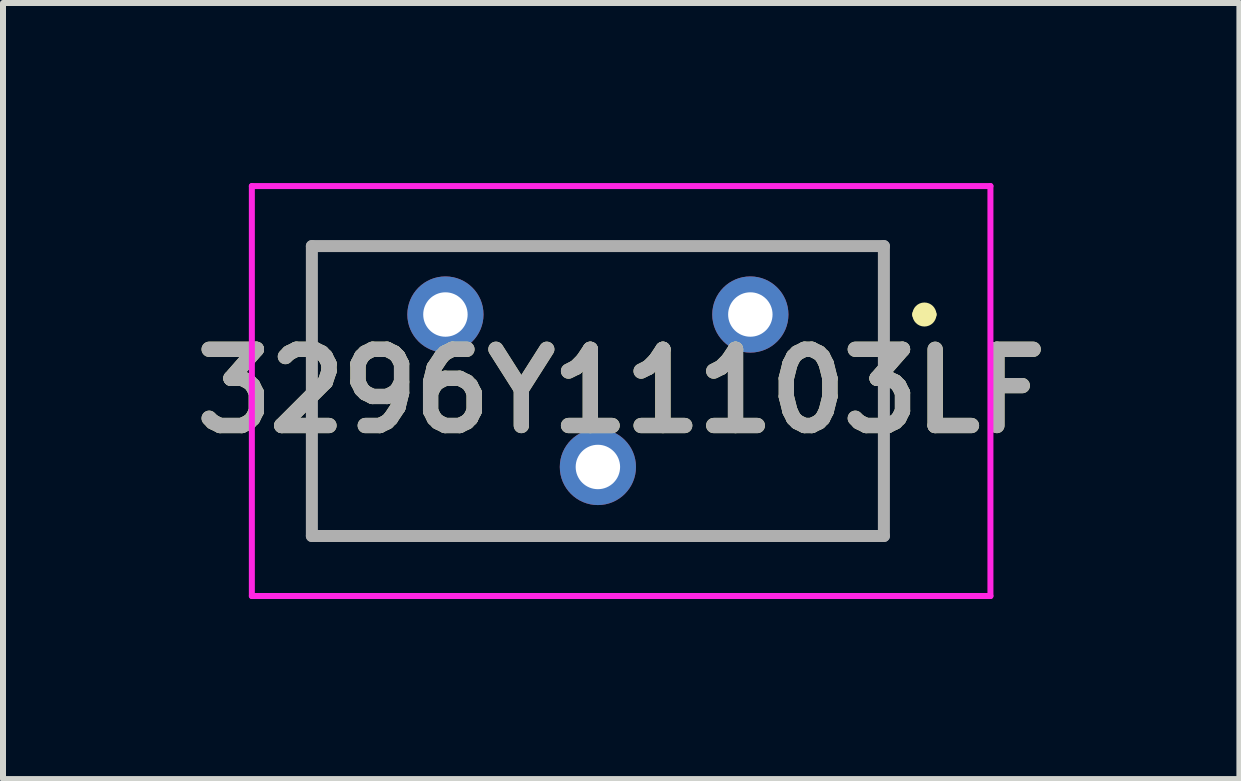
<source format=kicad_pcb>
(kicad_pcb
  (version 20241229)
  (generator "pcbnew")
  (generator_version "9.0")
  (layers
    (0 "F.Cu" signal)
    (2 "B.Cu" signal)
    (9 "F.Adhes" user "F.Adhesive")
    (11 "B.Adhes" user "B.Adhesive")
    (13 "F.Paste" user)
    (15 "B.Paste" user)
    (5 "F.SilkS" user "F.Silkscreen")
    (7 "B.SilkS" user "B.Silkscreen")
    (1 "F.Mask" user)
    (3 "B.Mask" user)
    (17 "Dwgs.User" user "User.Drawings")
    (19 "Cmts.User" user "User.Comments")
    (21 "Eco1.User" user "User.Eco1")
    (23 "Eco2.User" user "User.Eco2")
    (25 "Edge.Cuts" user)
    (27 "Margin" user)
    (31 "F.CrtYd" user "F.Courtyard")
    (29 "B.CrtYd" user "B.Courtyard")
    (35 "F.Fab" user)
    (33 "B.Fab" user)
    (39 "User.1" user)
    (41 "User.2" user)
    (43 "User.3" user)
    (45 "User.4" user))
  (footprint "3296Y11103LF"
    (layer "F.Cu")
    (at 9.451 2.19)
    (property "Reference" "3296Y11103LF" (at -2.152 1.275 0) (layer "F.SilkS") (effects (font (size 1.27 1.27) (thickness 0.254))))
    (attr through_hole)
    (fp_line (start -7.305 -1.14) (end -7.305 3.69) (stroke (width 0.1) (type solid)) (layer "F.SilkS"))
    (fp_line (start -7.305 3.69) (end 2.225 3.69) (stroke (width 0.1) (type solid)) (layer "F.SilkS"))
    (fp_line (start 2.225 -1.14) (end -7.305 -1.14) (stroke (width 0.1) (type solid)) (layer "F.SilkS"))
    (fp_line (start 2.225 3.69) (end 2.225 -1.14) (stroke (width 0.1) (type solid)) (layer "F.SilkS"))
    (fp_line (start 2.8 0) (end 2.8 0) (stroke (width 0.2) (type solid)) (layer "F.SilkS"))
    (fp_line (start 3 0) (end 3 0) (stroke (width 0.2) (type solid)) (layer "F.SilkS"))
    (fp_arc (start 2.8 0) (mid 2.9 -0.1) (end 3 0) (stroke (width 0.2) (type solid)) (layer "F.SilkS"))
    (fp_arc (start 3 0) (mid 2.9 0.1) (end 2.8 0) (stroke (width 0.2) (type solid)) (layer "F.SilkS"))
    (fp_line (start -8.305 -2.14) (end -8.305 4.69) (stroke (width 0.1) (type solid)) (layer "F.CrtYd"))
    (fp_line (start -8.305 4.69) (end 4 4.69) (stroke (width 0.1) (type solid)) (layer "F.CrtYd"))
    (fp_line (start 4 -2.14) (end -8.305 -2.14) (stroke (width 0.1) (type solid)) (layer "F.CrtYd"))
    (fp_line (start 4 4.69) (end 4 -2.14) (stroke (width 0.1) (type solid)) (layer "F.CrtYd"))
    (fp_line (start -7.305 -1.14) (end -7.305 3.69) (stroke (width 0.2) (type solid)) (layer "F.Fab"))
    (fp_line (start -7.305 3.69) (end 2.225 3.69) (stroke (width 0.2) (type solid)) (layer "F.Fab"))
    (fp_line (start 2.225 -1.14) (end -7.305 -1.14) (stroke (width 0.2) (type solid)) (layer "F.Fab"))
    (fp_line (start 2.225 3.69) (end 2.225 -1.14) (stroke (width 0.2) (type solid)) (layer "F.Fab"))
    (fp_text user "${REFERENCE}" (at -2.152 1.275 0) (layer "F.Fab") (effects (font (size 1.27 1.27) (thickness 0.254))))
    (pad "1" thru_hole circle (at 0 0) (size 1.269 1.269) (drill 0.74) (layers "*.Cu" "*.Mask"))
    (pad "2" thru_hole circle (at -2.54 2.54) (size 1.269 1.269) (drill 0.74) (layers "*.Cu" "*.Mask"))
    (pad "3" thru_hole circle (at -5.08 0) (size 1.269 1.269) (drill 0.74) (layers "*.Cu" "*.Mask")))
  (gr_rect
    (start -3 -3)
    (end 17.599 9.93)
    (stroke (width 0.1) (type default))
    (fill no)
    (layer "Edge.Cuts")))
</source>
